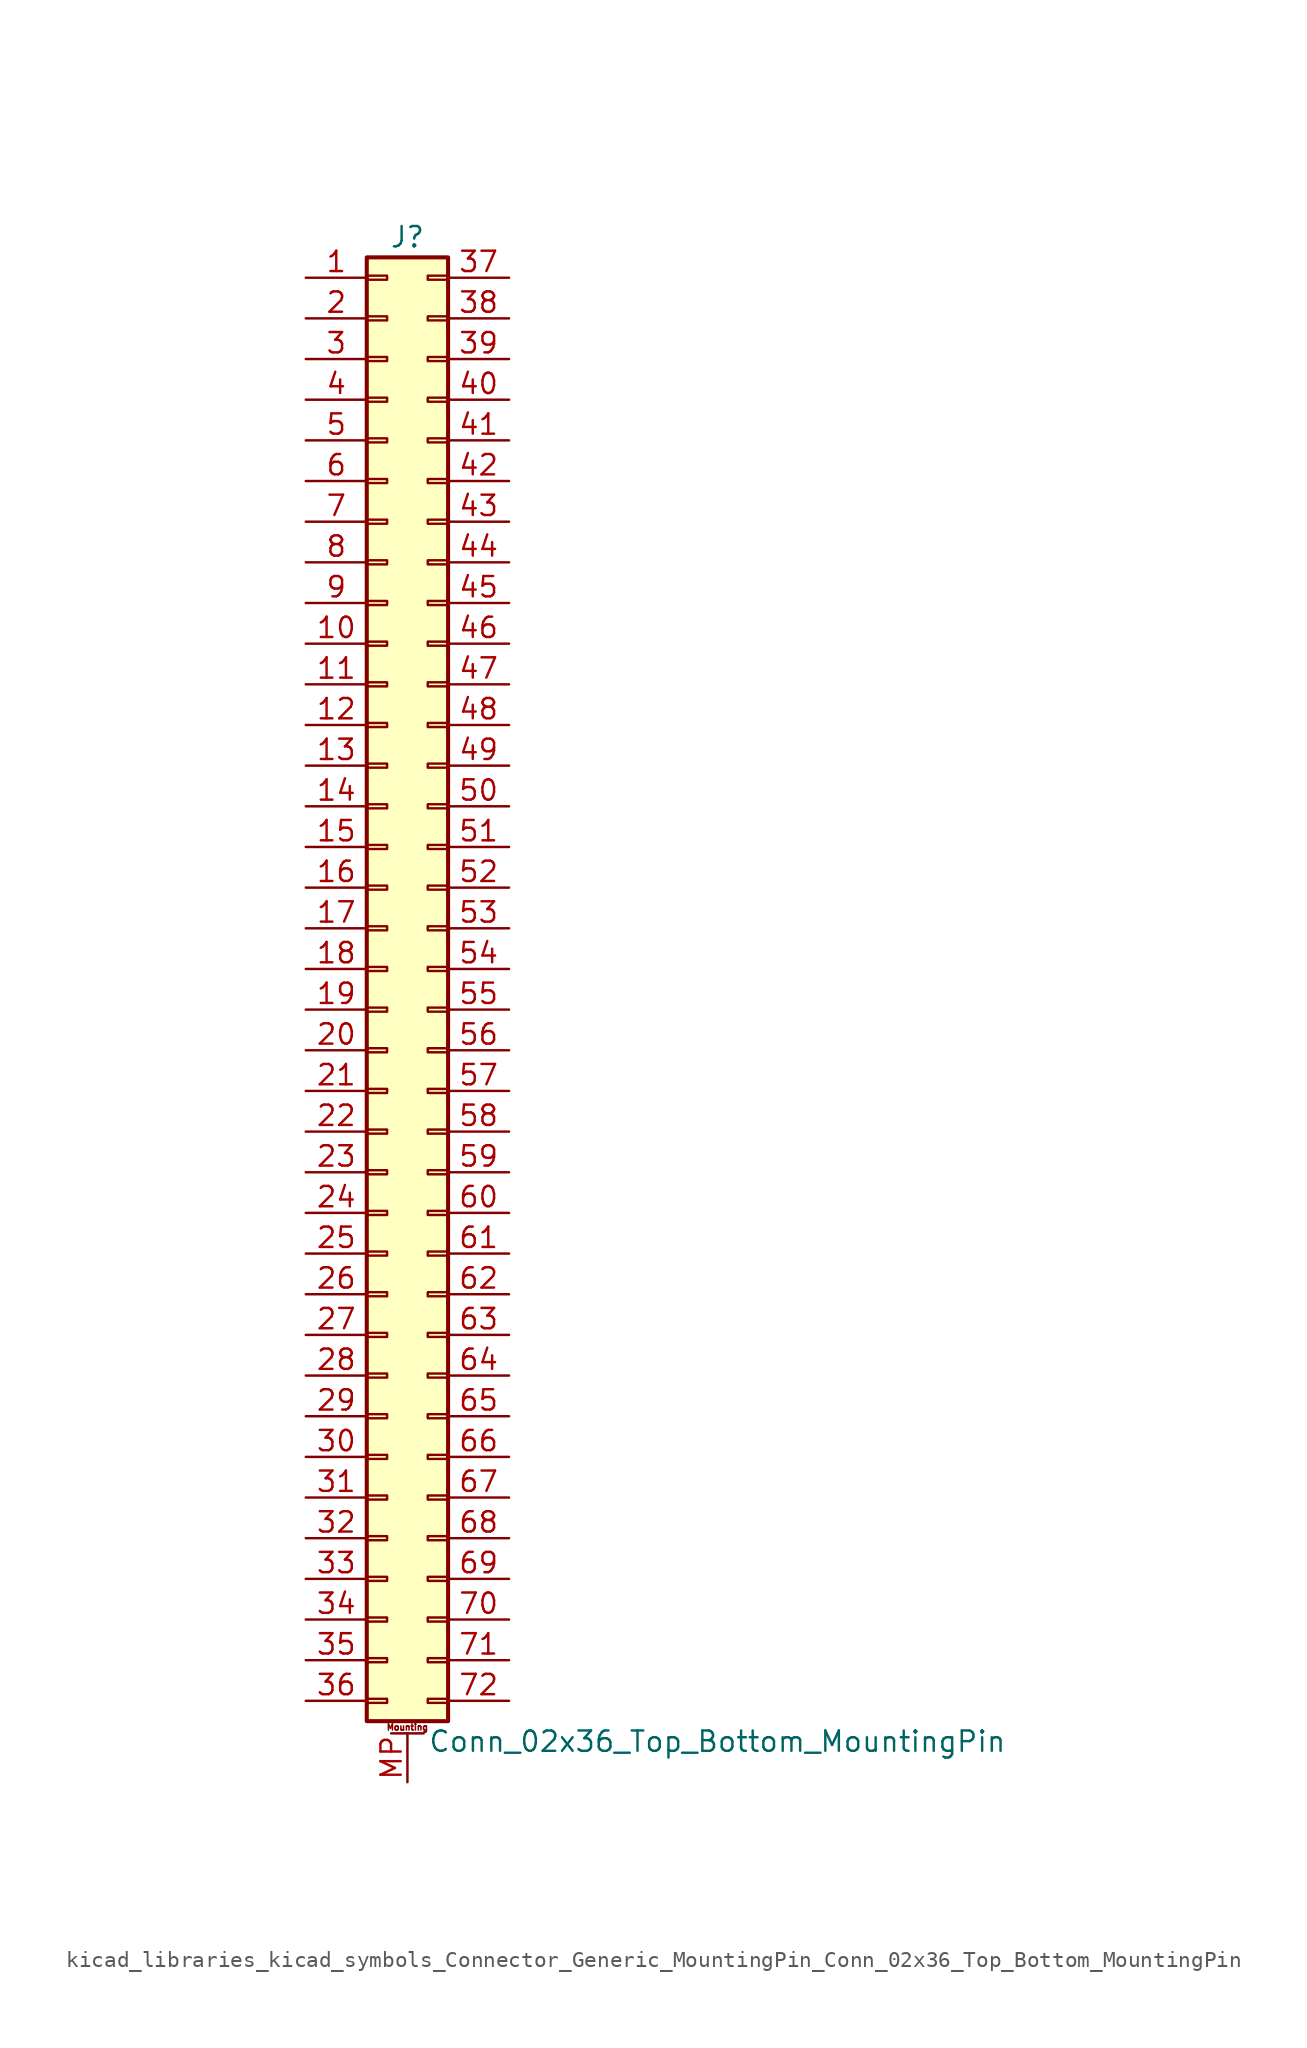
<source format=kicad_sym>
(kicad_symbol_lib
  (version 20220914)
  (generator kicad_symbol_editor)
  (symbol "kicad_libraries_kicad_symbols_Connector_Generic_MountingPin_Conn_02x36_Top_Bottom_MountingPin"
    (pin_names
      (offset 1.016) hide)
    (property "Reference" "J"
      (at 1.27 45.72 0)
      (effects (font (size 1.27 1.27))))
    (property "Value" "Conn_02x36_Top_Bottom_MountingPin"
      (at 2.54 -48.26 0)
      (effects (font (size 1.27 1.27)) (justify left)))
    (symbol "kicad_libraries_kicad_symbols_Connector_Generic_MountingPin_Conn_02x36_Top_Bottom_MountingPin_1_1"
      (rectangle (start -1.27 -45.593) (end 0 -45.847) (stroke (width 0.152) (type default)) (fill (type none)))
      (rectangle (start -1.27 -43.053) (end 0 -43.307) (stroke (width 0.152) (type default)) (fill (type none)))
      (rectangle (start -1.27 -40.513) (end 0 -40.767) (stroke (width 0.152) (type default)) (fill (type none)))
      (rectangle (start -1.27 -37.973) (end 0 -38.227) (stroke (width 0.152) (type default)) (fill (type none)))
      (rectangle (start -1.27 -35.433) (end 0 -35.687) (stroke (width 0.152) (type default)) (fill (type none)))
      (rectangle (start -1.27 -32.893) (end 0 -33.147) (stroke (width 0.152) (type default)) (fill (type none)))
      (rectangle (start -1.27 -30.353) (end 0 -30.607) (stroke (width 0.152) (type default)) (fill (type none)))
      (rectangle (start -1.27 -27.813) (end 0 -28.067) (stroke (width 0.152) (type default)) (fill (type none)))
      (rectangle (start -1.27 -25.273) (end 0 -25.527) (stroke (width 0.152) (type default)) (fill (type none)))
      (rectangle (start -1.27 -22.733) (end 0 -22.987) (stroke (width 0.152) (type default)) (fill (type none)))
      (rectangle (start -1.27 -20.193) (end 0 -20.447) (stroke (width 0.152) (type default)) (fill (type none)))
      (rectangle (start -1.27 -17.653) (end 0 -17.907) (stroke (width 0.152) (type default)) (fill (type none)))
      (rectangle (start -1.27 -15.113) (end 0 -15.367) (stroke (width 0.152) (type default)) (fill (type none)))
      (rectangle (start -1.27 -12.573) (end 0 -12.827) (stroke (width 0.152) (type default)) (fill (type none)))
      (rectangle (start -1.27 -10.033) (end 0 -10.287) (stroke (width 0.152) (type default)) (fill (type none)))
      (rectangle (start -1.27 -7.493) (end 0 -7.747) (stroke (width 0.152) (type default)) (fill (type none)))
      (rectangle (start -1.27 -4.953) (end 0 -5.207) (stroke (width 0.152) (type default)) (fill (type none)))
      (rectangle (start -1.27 -2.413) (end 0 -2.667) (stroke (width 0.152) (type default)) (fill (type none)))
      (rectangle (start -1.27 0.127) (end 0 -0.127) (stroke (width 0.152) (type default)) (fill (type none)))
      (rectangle (start -1.27 2.667) (end 0 2.413) (stroke (width 0.152) (type default)) (fill (type none)))
      (rectangle (start -1.27 5.207) (end 0 4.953) (stroke (width 0.152) (type default)) (fill (type none)))
      (rectangle (start -1.27 7.747) (end 0 7.493) (stroke (width 0.152) (type default)) (fill (type none)))
      (rectangle (start -1.27 10.287) (end 0 10.033) (stroke (width 0.152) (type default)) (fill (type none)))
      (rectangle (start -1.27 12.827) (end 0 12.573) (stroke (width 0.152) (type default)) (fill (type none)))
      (rectangle (start -1.27 15.367) (end 0 15.113) (stroke (width 0.152) (type default)) (fill (type none)))
      (rectangle (start -1.27 17.907) (end 0 17.653) (stroke (width 0.152) (type default)) (fill (type none)))
      (rectangle (start -1.27 20.447) (end 0 20.193) (stroke (width 0.152) (type default)) (fill (type none)))
      (rectangle (start -1.27 22.987) (end 0 22.733) (stroke (width 0.152) (type default)) (fill (type none)))
      (rectangle (start -1.27 25.527) (end 0 25.273) (stroke (width 0.152) (type default)) (fill (type none)))
      (rectangle (start -1.27 28.067) (end 0 27.813) (stroke (width 0.152) (type default)) (fill (type none)))
      (rectangle (start -1.27 30.607) (end 0 30.353) (stroke (width 0.152) (type default)) (fill (type none)))
      (rectangle (start -1.27 33.147) (end 0 32.893) (stroke (width 0.152) (type default)) (fill (type none)))
      (rectangle (start -1.27 35.687) (end 0 35.433) (stroke (width 0.152) (type default)) (fill (type none)))
      (rectangle (start -1.27 38.227) (end 0 37.973) (stroke (width 0.152) (type default)) (fill (type none)))
      (rectangle (start -1.27 40.767) (end 0 40.513) (stroke (width 0.152) (type default)) (fill (type none)))
      (rectangle (start -1.27 43.307) (end 0 43.053) (stroke (width 0.152) (type default)) (fill (type none)))
      (rectangle (start -1.27 44.45) (end 3.81 -46.99) (stroke (width 0.254) (type default)) (fill (type background)))
      (polyline (pts (xy 0.254 -47.752) (xy 2.286 -47.752)) (stroke (width 0.152) (type default)) (fill (type none)))
      (rectangle (start 3.81 -45.593) (end 2.54 -45.847) (stroke (width 0.152) (type default)) (fill (type none)))
      (rectangle (start 3.81 -43.053) (end 2.54 -43.307) (stroke (width 0.152) (type default)) (fill (type none)))
      (rectangle (start 3.81 -40.513) (end 2.54 -40.767) (stroke (width 0.152) (type default)) (fill (type none)))
      (rectangle (start 3.81 -37.973) (end 2.54 -38.227) (stroke (width 0.152) (type default)) (fill (type none)))
      (rectangle (start 3.81 -35.433) (end 2.54 -35.687) (stroke (width 0.152) (type default)) (fill (type none)))
      (rectangle (start 3.81 -32.893) (end 2.54 -33.147) (stroke (width 0.152) (type default)) (fill (type none)))
      (rectangle (start 3.81 -30.353) (end 2.54 -30.607) (stroke (width 0.152) (type default)) (fill (type none)))
      (rectangle (start 3.81 -27.813) (end 2.54 -28.067) (stroke (width 0.152) (type default)) (fill (type none)))
      (rectangle (start 3.81 -25.273) (end 2.54 -25.527) (stroke (width 0.152) (type default)) (fill (type none)))
      (rectangle (start 3.81 -22.733) (end 2.54 -22.987) (stroke (width 0.152) (type default)) (fill (type none)))
      (rectangle (start 3.81 -20.193) (end 2.54 -20.447) (stroke (width 0.152) (type default)) (fill (type none)))
      (rectangle (start 3.81 -17.653) (end 2.54 -17.907) (stroke (width 0.152) (type default)) (fill (type none)))
      (rectangle (start 3.81 -15.113) (end 2.54 -15.367) (stroke (width 0.152) (type default)) (fill (type none)))
      (rectangle (start 3.81 -12.573) (end 2.54 -12.827) (stroke (width 0.152) (type default)) (fill (type none)))
      (rectangle (start 3.81 -10.033) (end 2.54 -10.287) (stroke (width 0.152) (type default)) (fill (type none)))
      (rectangle (start 3.81 -7.493) (end 2.54 -7.747) (stroke (width 0.152) (type default)) (fill (type none)))
      (rectangle (start 3.81 -4.953) (end 2.54 -5.207) (stroke (width 0.152) (type default)) (fill (type none)))
      (rectangle (start 3.81 -2.413) (end 2.54 -2.667) (stroke (width 0.152) (type default)) (fill (type none)))
      (rectangle (start 3.81 0.127) (end 2.54 -0.127) (stroke (width 0.152) (type default)) (fill (type none)))
      (rectangle (start 3.81 2.667) (end 2.54 2.413) (stroke (width 0.152) (type default)) (fill (type none)))
      (rectangle (start 3.81 5.207) (end 2.54 4.953) (stroke (width 0.152) (type default)) (fill (type none)))
      (rectangle (start 3.81 7.747) (end 2.54 7.493) (stroke (width 0.152) (type default)) (fill (type none)))
      (rectangle (start 3.81 10.287) (end 2.54 10.033) (stroke (width 0.152) (type default)) (fill (type none)))
      (rectangle (start 3.81 12.827) (end 2.54 12.573) (stroke (width 0.152) (type default)) (fill (type none)))
      (rectangle (start 3.81 15.367) (end 2.54 15.113) (stroke (width 0.152) (type default)) (fill (type none)))
      (rectangle (start 3.81 17.907) (end 2.54 17.653) (stroke (width 0.152) (type default)) (fill (type none)))
      (rectangle (start 3.81 20.447) (end 2.54 20.193) (stroke (width 0.152) (type default)) (fill (type none)))
      (rectangle (start 3.81 22.987) (end 2.54 22.733) (stroke (width 0.152) (type default)) (fill (type none)))
      (rectangle (start 3.81 25.527) (end 2.54 25.273) (stroke (width 0.152) (type default)) (fill (type none)))
      (rectangle (start 3.81 28.067) (end 2.54 27.813) (stroke (width 0.152) (type default)) (fill (type none)))
      (rectangle (start 3.81 30.607) (end 2.54 30.353) (stroke (width 0.152) (type default)) (fill (type none)))
      (rectangle (start 3.81 33.147) (end 2.54 32.893) (stroke (width 0.152) (type default)) (fill (type none)))
      (rectangle (start 3.81 35.687) (end 2.54 35.433) (stroke (width 0.152) (type default)) (fill (type none)))
      (rectangle (start 3.81 38.227) (end 2.54 37.973) (stroke (width 0.152) (type default)) (fill (type none)))
      (rectangle (start 3.81 40.767) (end 2.54 40.513) (stroke (width 0.152) (type default)) (fill (type none)))
      (rectangle (start 3.81 43.307) (end 2.54 43.053) (stroke (width 0.152) (type default)) (fill (type none)))
      (text "Mounting" (at 1.27 -47.371 0) (effects (font (size 0.381 0.381))))
      (pin passive line (at -5.08 43.18 0) (length 3.81) (name "Pin_1" (effects (font (size 1.27 1.27)))) (number "1" (effects (font (size 1.27 1.27)))))
      (pin passive line (at -5.08 20.32 0) (length 3.81) (name "Pin_10" (effects (font (size 1.27 1.27)))) (number "10" (effects (font (size 1.27 1.27)))))
      (pin passive line (at -5.08 17.78 0) (length 3.81) (name "Pin_11" (effects (font (size 1.27 1.27)))) (number "11" (effects (font (size 1.27 1.27)))))
      (pin passive line (at -5.08 15.24 0) (length 3.81) (name "Pin_12" (effects (font (size 1.27 1.27)))) (number "12" (effects (font (size 1.27 1.27)))))
      (pin passive line (at -5.08 12.7 0) (length 3.81) (name "Pin_13" (effects (font (size 1.27 1.27)))) (number "13" (effects (font (size 1.27 1.27)))))
      (pin passive line (at -5.08 10.16 0) (length 3.81) (name "Pin_14" (effects (font (size 1.27 1.27)))) (number "14" (effects (font (size 1.27 1.27)))))
      (pin passive line (at -5.08 7.62 0) (length 3.81) (name "Pin_15" (effects (font (size 1.27 1.27)))) (number "15" (effects (font (size 1.27 1.27)))))
      (pin passive line (at -5.08 5.08 0) (length 3.81) (name "Pin_16" (effects (font (size 1.27 1.27)))) (number "16" (effects (font (size 1.27 1.27)))))
      (pin passive line (at -5.08 2.54 0) (length 3.81) (name "Pin_17" (effects (font (size 1.27 1.27)))) (number "17" (effects (font (size 1.27 1.27)))))
      (pin passive line (at -5.08 0 0) (length 3.81) (name "Pin_18" (effects (font (size 1.27 1.27)))) (number "18" (effects (font (size 1.27 1.27)))))
      (pin passive line (at -5.08 -2.54 0) (length 3.81) (name "Pin_19" (effects (font (size 1.27 1.27)))) (number "19" (effects (font (size 1.27 1.27)))))
      (pin passive line (at -5.08 40.64 0) (length 3.81) (name "Pin_2" (effects (font (size 1.27 1.27)))) (number "2" (effects (font (size 1.27 1.27)))))
      (pin passive line (at -5.08 -5.08 0) (length 3.81) (name "Pin_20" (effects (font (size 1.27 1.27)))) (number "20" (effects (font (size 1.27 1.27)))))
      (pin passive line (at -5.08 -7.62 0) (length 3.81) (name "Pin_21" (effects (font (size 1.27 1.27)))) (number "21" (effects (font (size 1.27 1.27)))))
      (pin passive line (at -5.08 -10.16 0) (length 3.81) (name "Pin_22" (effects (font (size 1.27 1.27)))) (number "22" (effects (font (size 1.27 1.27)))))
      (pin passive line (at -5.08 -12.7 0) (length 3.81) (name "Pin_23" (effects (font (size 1.27 1.27)))) (number "23" (effects (font (size 1.27 1.27)))))
      (pin passive line (at -5.08 -15.24 0) (length 3.81) (name "Pin_24" (effects (font (size 1.27 1.27)))) (number "24" (effects (font (size 1.27 1.27)))))
      (pin passive line (at -5.08 -17.78 0) (length 3.81) (name "Pin_25" (effects (font (size 1.27 1.27)))) (number "25" (effects (font (size 1.27 1.27)))))
      (pin passive line (at -5.08 -20.32 0) (length 3.81) (name "Pin_26" (effects (font (size 1.27 1.27)))) (number "26" (effects (font (size 1.27 1.27)))))
      (pin passive line (at -5.08 -22.86 0) (length 3.81) (name "Pin_27" (effects (font (size 1.27 1.27)))) (number "27" (effects (font (size 1.27 1.27)))))
      (pin passive line (at -5.08 -25.4 0) (length 3.81) (name "Pin_28" (effects (font (size 1.27 1.27)))) (number "28" (effects (font (size 1.27 1.27)))))
      (pin passive line (at -5.08 -27.94 0) (length 3.81) (name "Pin_29" (effects (font (size 1.27 1.27)))) (number "29" (effects (font (size 1.27 1.27)))))
      (pin passive line (at -5.08 38.1 0) (length 3.81) (name "Pin_3" (effects (font (size 1.27 1.27)))) (number "3" (effects (font (size 1.27 1.27)))))
      (pin passive line (at -5.08 -30.48 0) (length 3.81) (name "Pin_30" (effects (font (size 1.27 1.27)))) (number "30" (effects (font (size 1.27 1.27)))))
      (pin passive line (at -5.08 -33.02 0) (length 3.81) (name "Pin_31" (effects (font (size 1.27 1.27)))) (number "31" (effects (font (size 1.27 1.27)))))
      (pin passive line (at -5.08 -35.56 0) (length 3.81) (name "Pin_32" (effects (font (size 1.27 1.27)))) (number "32" (effects (font (size 1.27 1.27)))))
      (pin passive line (at -5.08 -38.1 0) (length 3.81) (name "Pin_33" (effects (font (size 1.27 1.27)))) (number "33" (effects (font (size 1.27 1.27)))))
      (pin passive line (at -5.08 -40.64 0) (length 3.81) (name "Pin_34" (effects (font (size 1.27 1.27)))) (number "34" (effects (font (size 1.27 1.27)))))
      (pin passive line (at -5.08 -43.18 0) (length 3.81) (name "Pin_35" (effects (font (size 1.27 1.27)))) (number "35" (effects (font (size 1.27 1.27)))))
      (pin passive line (at -5.08 -45.72 0) (length 3.81) (name "Pin_36" (effects (font (size 1.27 1.27)))) (number "36" (effects (font (size 1.27 1.27)))))
      (pin passive line (at 7.62 43.18 180) (length 3.81) (name "Pin_37" (effects (font (size 1.27 1.27)))) (number "37" (effects (font (size 1.27 1.27)))))
      (pin passive line (at 7.62 40.64 180) (length 3.81) (name "Pin_38" (effects (font (size 1.27 1.27)))) (number "38" (effects (font (size 1.27 1.27)))))
      (pin passive line (at 7.62 38.1 180) (length 3.81) (name "Pin_39" (effects (font (size 1.27 1.27)))) (number "39" (effects (font (size 1.27 1.27)))))
      (pin passive line (at -5.08 35.56 0) (length 3.81) (name "Pin_4" (effects (font (size 1.27 1.27)))) (number "4" (effects (font (size 1.27 1.27)))))
      (pin passive line (at 7.62 35.56 180) (length 3.81) (name "Pin_40" (effects (font (size 1.27 1.27)))) (number "40" (effects (font (size 1.27 1.27)))))
      (pin passive line (at 7.62 33.02 180) (length 3.81) (name "Pin_41" (effects (font (size 1.27 1.27)))) (number "41" (effects (font (size 1.27 1.27)))))
      (pin passive line (at 7.62 30.48 180) (length 3.81) (name "Pin_42" (effects (font (size 1.27 1.27)))) (number "42" (effects (font (size 1.27 1.27)))))
      (pin passive line (at 7.62 27.94 180) (length 3.81) (name "Pin_43" (effects (font (size 1.27 1.27)))) (number "43" (effects (font (size 1.27 1.27)))))
      (pin passive line (at 7.62 25.4 180) (length 3.81) (name "Pin_44" (effects (font (size 1.27 1.27)))) (number "44" (effects (font (size 1.27 1.27)))))
      (pin passive line (at 7.62 22.86 180) (length 3.81) (name "Pin_45" (effects (font (size 1.27 1.27)))) (number "45" (effects (font (size 1.27 1.27)))))
      (pin passive line (at 7.62 20.32 180) (length 3.81) (name "Pin_46" (effects (font (size 1.27 1.27)))) (number "46" (effects (font (size 1.27 1.27)))))
      (pin passive line (at 7.62 17.78 180) (length 3.81) (name "Pin_47" (effects (font (size 1.27 1.27)))) (number "47" (effects (font (size 1.27 1.27)))))
      (pin passive line (at 7.62 15.24 180) (length 3.81) (name "Pin_48" (effects (font (size 1.27 1.27)))) (number "48" (effects (font (size 1.27 1.27)))))
      (pin passive line (at 7.62 12.7 180) (length 3.81) (name "Pin_49" (effects (font (size 1.27 1.27)))) (number "49" (effects (font (size 1.27 1.27)))))
      (pin passive line (at -5.08 33.02 0) (length 3.81) (name "Pin_5" (effects (font (size 1.27 1.27)))) (number "5" (effects (font (size 1.27 1.27)))))
      (pin passive line (at 7.62 10.16 180) (length 3.81) (name "Pin_50" (effects (font (size 1.27 1.27)))) (number "50" (effects (font (size 1.27 1.27)))))
      (pin passive line (at 7.62 7.62 180) (length 3.81) (name "Pin_51" (effects (font (size 1.27 1.27)))) (number "51" (effects (font (size 1.27 1.27)))))
      (pin passive line (at 7.62 5.08 180) (length 3.81) (name "Pin_52" (effects (font (size 1.27 1.27)))) (number "52" (effects (font (size 1.27 1.27)))))
      (pin passive line (at 7.62 2.54 180) (length 3.81) (name "Pin_53" (effects (font (size 1.27 1.27)))) (number "53" (effects (font (size 1.27 1.27)))))
      (pin passive line (at 7.62 0 180) (length 3.81) (name "Pin_54" (effects (font (size 1.27 1.27)))) (number "54" (effects (font (size 1.27 1.27)))))
      (pin passive line (at 7.62 -2.54 180) (length 3.81) (name "Pin_55" (effects (font (size 1.27 1.27)))) (number "55" (effects (font (size 1.27 1.27)))))
      (pin passive line (at 7.62 -5.08 180) (length 3.81) (name "Pin_56" (effects (font (size 1.27 1.27)))) (number "56" (effects (font (size 1.27 1.27)))))
      (pin passive line (at 7.62 -7.62 180) (length 3.81) (name "Pin_57" (effects (font (size 1.27 1.27)))) (number "57" (effects (font (size 1.27 1.27)))))
      (pin passive line (at 7.62 -10.16 180) (length 3.81) (name "Pin_58" (effects (font (size 1.27 1.27)))) (number "58" (effects (font (size 1.27 1.27)))))
      (pin passive line (at 7.62 -12.7 180) (length 3.81) (name "Pin_59" (effects (font (size 1.27 1.27)))) (number "59" (effects (font (size 1.27 1.27)))))
      (pin passive line (at -5.08 30.48 0) (length 3.81) (name "Pin_6" (effects (font (size 1.27 1.27)))) (number "6" (effects (font (size 1.27 1.27)))))
      (pin passive line (at 7.62 -15.24 180) (length 3.81) (name "Pin_60" (effects (font (size 1.27 1.27)))) (number "60" (effects (font (size 1.27 1.27)))))
      (pin passive line (at 7.62 -17.78 180) (length 3.81) (name "Pin_61" (effects (font (size 1.27 1.27)))) (number "61" (effects (font (size 1.27 1.27)))))
      (pin passive line (at 7.62 -20.32 180) (length 3.81) (name "Pin_62" (effects (font (size 1.27 1.27)))) (number "62" (effects (font (size 1.27 1.27)))))
      (pin passive line (at 7.62 -22.86 180) (length 3.81) (name "Pin_63" (effects (font (size 1.27 1.27)))) (number "63" (effects (font (size 1.27 1.27)))))
      (pin passive line (at 7.62 -25.4 180) (length 3.81) (name "Pin_64" (effects (font (size 1.27 1.27)))) (number "64" (effects (font (size 1.27 1.27)))))
      (pin passive line (at 7.62 -27.94 180) (length 3.81) (name "Pin_65" (effects (font (size 1.27 1.27)))) (number "65" (effects (font (size 1.27 1.27)))))
      (pin passive line (at 7.62 -30.48 180) (length 3.81) (name "Pin_66" (effects (font (size 1.27 1.27)))) (number "66" (effects (font (size 1.27 1.27)))))
      (pin passive line (at 7.62 -33.02 180) (length 3.81) (name "Pin_67" (effects (font (size 1.27 1.27)))) (number "67" (effects (font (size 1.27 1.27)))))
      (pin passive line (at 7.62 -35.56 180) (length 3.81) (name "Pin_68" (effects (font (size 1.27 1.27)))) (number "68" (effects (font (size 1.27 1.27)))))
      (pin passive line (at 7.62 -38.1 180) (length 3.81) (name "Pin_69" (effects (font (size 1.27 1.27)))) (number "69" (effects (font (size 1.27 1.27)))))
      (pin passive line (at -5.08 27.94 0) (length 3.81) (name "Pin_7" (effects (font (size 1.27 1.27)))) (number "7" (effects (font (size 1.27 1.27)))))
      (pin passive line (at 7.62 -40.64 180) (length 3.81) (name "Pin_70" (effects (font (size 1.27 1.27)))) (number "70" (effects (font (size 1.27 1.27)))))
      (pin passive line (at 7.62 -43.18 180) (length 3.81) (name "Pin_71" (effects (font (size 1.27 1.27)))) (number "71" (effects (font (size 1.27 1.27)))))
      (pin passive line (at 7.62 -45.72 180) (length 3.81) (name "Pin_72" (effects (font (size 1.27 1.27)))) (number "72" (effects (font (size 1.27 1.27)))))
      (pin passive line (at -5.08 25.4 0) (length 3.81) (name "Pin_8" (effects (font (size 1.27 1.27)))) (number "8" (effects (font (size 1.27 1.27)))))
      (pin passive line (at -5.08 22.86 0) (length 3.81) (name "Pin_9" (effects (font (size 1.27 1.27)))) (number "9" (effects (font (size 1.27 1.27)))))
      (pin passive line (at 1.27 -50.8 90) (length 3.048) (name "MountPin" (effects (font (size 1.27 1.27)))) (number "MP" (effects (font (size 1.27 1.27))))))))
</source>
